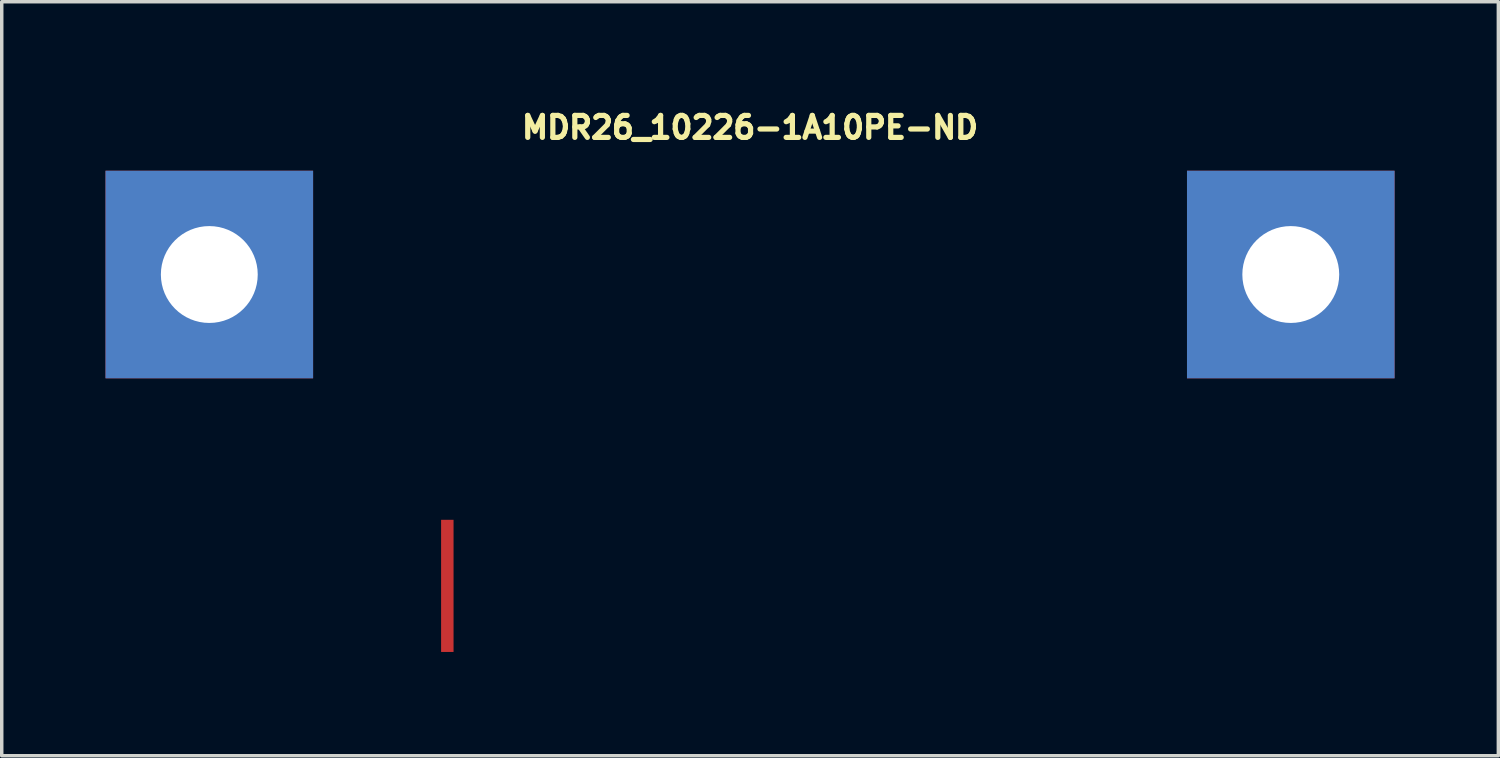
<source format=kicad_pcb>
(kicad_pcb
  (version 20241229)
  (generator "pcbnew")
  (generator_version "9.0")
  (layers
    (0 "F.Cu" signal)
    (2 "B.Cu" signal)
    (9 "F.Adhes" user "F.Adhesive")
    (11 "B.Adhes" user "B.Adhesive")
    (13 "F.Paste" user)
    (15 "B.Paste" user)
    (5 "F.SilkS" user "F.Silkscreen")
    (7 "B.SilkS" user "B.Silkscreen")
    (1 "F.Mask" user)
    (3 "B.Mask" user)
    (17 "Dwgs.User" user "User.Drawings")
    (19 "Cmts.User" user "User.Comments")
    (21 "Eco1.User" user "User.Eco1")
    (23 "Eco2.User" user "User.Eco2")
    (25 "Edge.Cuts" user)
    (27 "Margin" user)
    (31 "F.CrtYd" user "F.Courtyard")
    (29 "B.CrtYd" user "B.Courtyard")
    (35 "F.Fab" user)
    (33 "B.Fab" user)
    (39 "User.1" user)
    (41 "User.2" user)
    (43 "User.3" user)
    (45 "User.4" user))
  (footprint "MDR26_10226-1A10PE-ND"
    (layer "F.Cu")
    (at 18.63 4.885)
    (property "Reference" "MDR26_10226-1A10PE-ND" (at 0 -4.25 0) (layer "F.SilkS") (effects (font (size 0.635 0.635) (thickness 0.15))))
    (attr through_hole)
    (pad "1" smd rect (at -8.75 9) (size 0.36 3.82) (layers "F.Cu" "F.Mask" "F.Paste"))
    (pad "27" thru_hole rect (at -15.63 0) (size 6 6) (drill 2.8) (layers "*.Cu" "*.Mask"))
    (pad "27" thru_hole rect (at 15.63 0) (size 6 6) (drill 2.8) (layers "*.Cu" "*.Mask")))
  (gr_rect
    (start -3 -3)
    (end 40.26 18.795)
    (stroke (width 0.1) (type default))
    (fill no)
    (layer "Edge.Cuts")))
</source>
